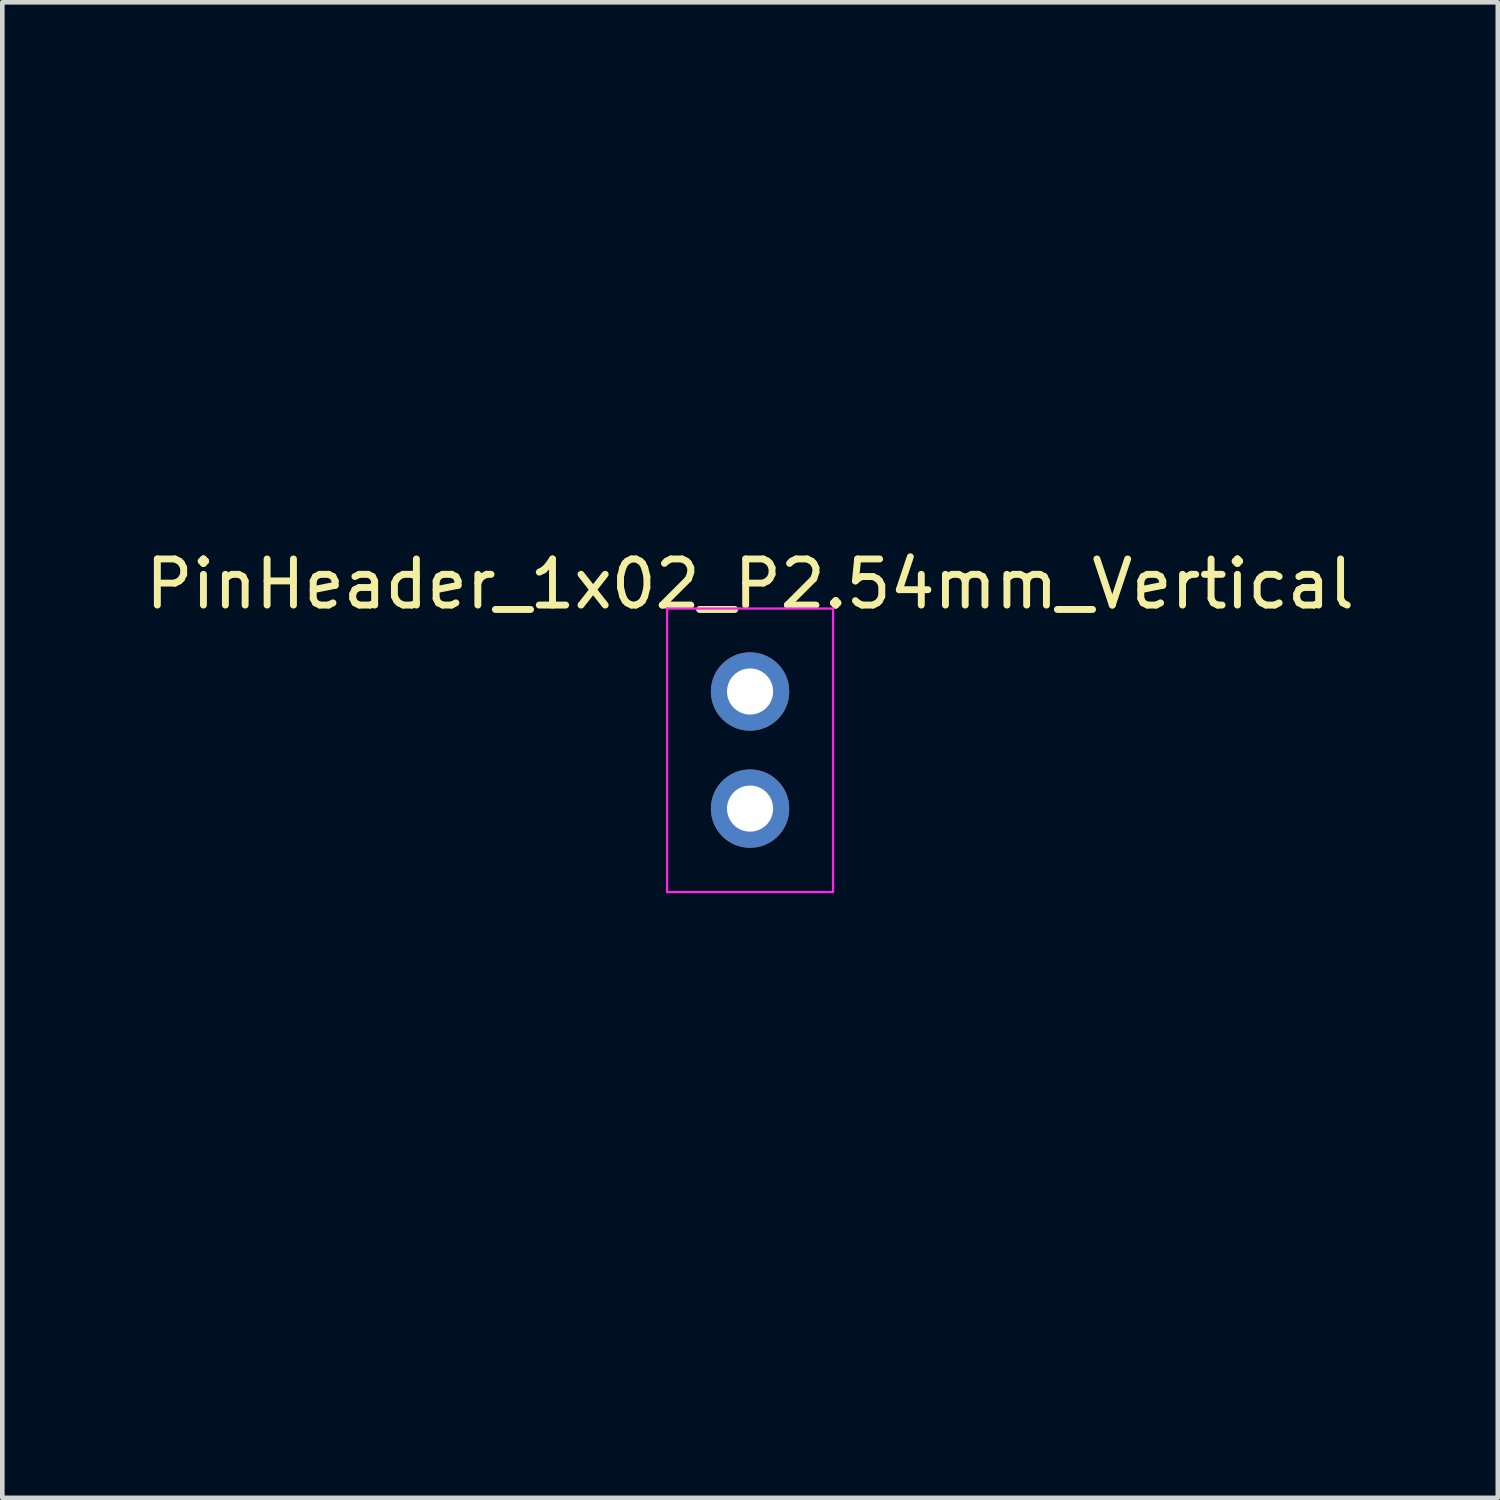
<source format=kicad_pcb>
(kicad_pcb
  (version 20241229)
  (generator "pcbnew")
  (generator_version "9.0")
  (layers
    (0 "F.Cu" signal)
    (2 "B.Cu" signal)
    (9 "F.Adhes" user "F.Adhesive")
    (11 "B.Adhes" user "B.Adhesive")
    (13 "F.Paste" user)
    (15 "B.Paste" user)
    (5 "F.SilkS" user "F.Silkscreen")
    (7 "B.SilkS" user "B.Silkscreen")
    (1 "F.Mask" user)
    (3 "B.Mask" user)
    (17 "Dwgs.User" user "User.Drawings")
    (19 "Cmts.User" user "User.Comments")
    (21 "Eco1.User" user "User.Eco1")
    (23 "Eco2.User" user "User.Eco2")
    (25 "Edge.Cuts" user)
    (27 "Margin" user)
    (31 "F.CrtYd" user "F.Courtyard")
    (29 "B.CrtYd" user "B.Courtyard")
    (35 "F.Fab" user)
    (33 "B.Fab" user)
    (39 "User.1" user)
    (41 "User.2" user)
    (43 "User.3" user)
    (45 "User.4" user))
  (footprint "PinHeader_1x02_P2.54mm_Vertical"
    (layer "F.Cu")
    (at 13.22 11.95)
    (property "Reference" "PinHeader_1x02_P2.54mm_Vertical" (at 0 -2.33 180) (layer "F.SilkS") (effects (font (size 1 1) (thickness 0.15))))
    (attr through_hole)
    (fp_line (start -1.8 -1.8) (end -1.8 4.35) (stroke (width 0.05) (type solid)) (layer "F.CrtYd"))
    (fp_line (start -1.8 4.35) (end 1.8 4.35) (stroke (width 0.05) (type solid)) (layer "F.CrtYd"))
    (fp_line (start 1.8 -1.8) (end -1.8 -1.8) (stroke (width 0.05) (type solid)) (layer "F.CrtYd"))
    (fp_line (start 1.8 4.35) (end 1.8 -1.8) (stroke (width 0.05) (type solid)) (layer "F.CrtYd"))
    (fp_line (start -1.27 -0.635) (end -0.635 -1.27) (stroke (width 0.1) (type solid)) (layer "User.1"))
    (fp_line (start -1.27 3.81) (end -1.27 -0.635) (stroke (width 0.1) (type solid)) (layer "User.1"))
    (fp_line (start -0.635 -1.27) (end 1.27 -1.27) (stroke (width 0.1) (type solid)) (layer "User.1"))
    (fp_line (start 1.27 -1.27) (end 1.27 3.81) (stroke (width 0.1) (type solid)) (layer "User.1"))
    (fp_line (start 1.27 3.81) (end -1.27 3.81) (stroke (width 0.1) (type solid)) (layer "User.1"))
    (fp_line (start -1.33 -1.33) (end 0 -1.33) (stroke (width 0.12) (type solid)) (layer "User.2"))
    (fp_line (start -1.33 0) (end -1.33 -1.33) (stroke (width 0.12) (type solid)) (layer "User.2"))
    (fp_line (start -1.33 1.27) (end -1.33 3.87) (stroke (width 0.12) (type solid)) (layer "User.2"))
    (fp_line (start -1.33 1.27) (end 1.33 1.27) (stroke (width 0.12) (type solid)) (layer "User.2"))
    (fp_line (start -1.33 3.87) (end 1.33 3.87) (stroke (width 0.12) (type solid)) (layer "User.2"))
    (fp_line (start 1.33 1.27) (end 1.33 3.87) (stroke (width 0.12) (type solid)) (layer "User.2"))
    (fp_text user "${REFERENCE}" (at 0 1.27 270) (layer "User.1") (effects (font (size 1 1) (thickness 0.15))))
    (pad "1" thru_hole circle (at 0 0 180) (size 1.7 1.7) (drill 1) (layers "*.Cu" "*.Mask"))
    (pad "2" thru_hole oval (at 0 2.54 180) (size 1.7 1.7) (drill 1) (layers "*.Cu" "*.Mask")))
  (gr_rect
    (start -3 -3)
    (end 29.44 29.44)
    (stroke (width 0.1) (type default))
    (fill no)
    (layer "Edge.Cuts")))
</source>
